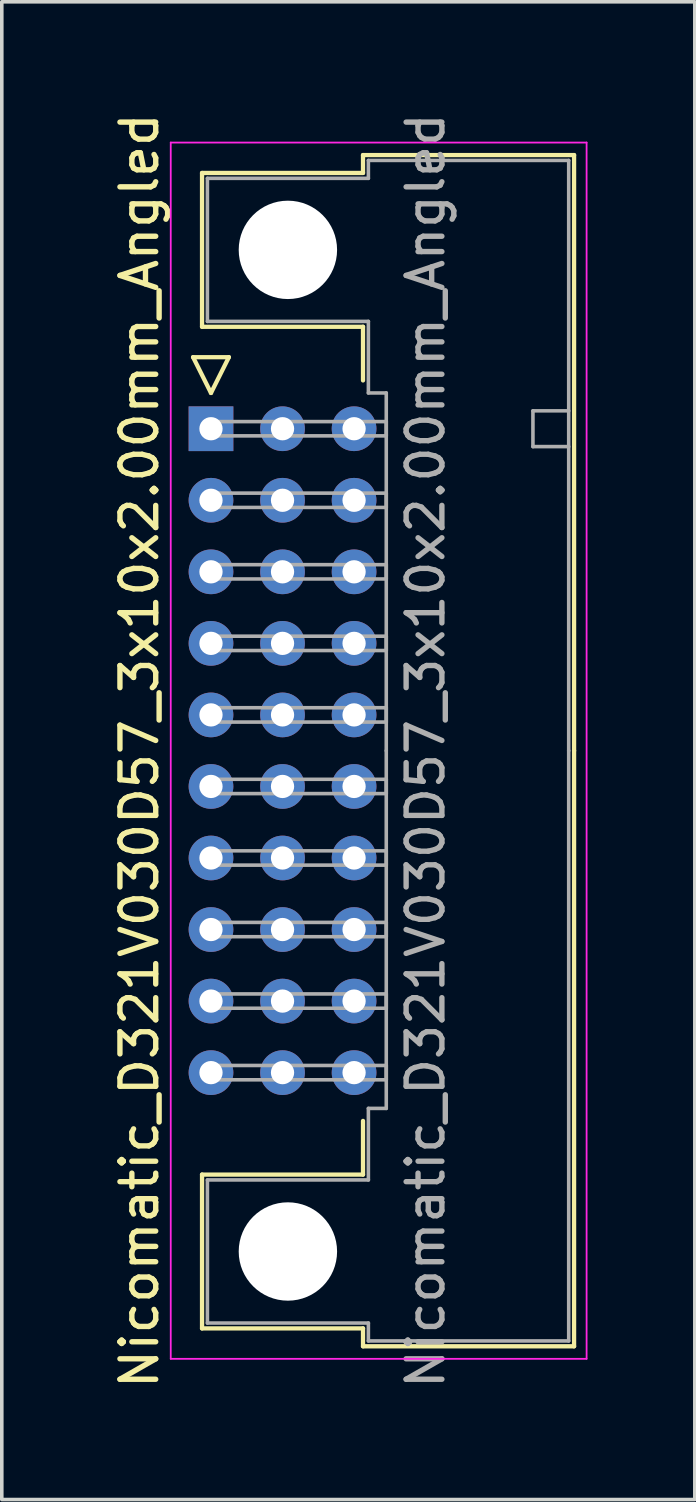
<source format=kicad_pcb>
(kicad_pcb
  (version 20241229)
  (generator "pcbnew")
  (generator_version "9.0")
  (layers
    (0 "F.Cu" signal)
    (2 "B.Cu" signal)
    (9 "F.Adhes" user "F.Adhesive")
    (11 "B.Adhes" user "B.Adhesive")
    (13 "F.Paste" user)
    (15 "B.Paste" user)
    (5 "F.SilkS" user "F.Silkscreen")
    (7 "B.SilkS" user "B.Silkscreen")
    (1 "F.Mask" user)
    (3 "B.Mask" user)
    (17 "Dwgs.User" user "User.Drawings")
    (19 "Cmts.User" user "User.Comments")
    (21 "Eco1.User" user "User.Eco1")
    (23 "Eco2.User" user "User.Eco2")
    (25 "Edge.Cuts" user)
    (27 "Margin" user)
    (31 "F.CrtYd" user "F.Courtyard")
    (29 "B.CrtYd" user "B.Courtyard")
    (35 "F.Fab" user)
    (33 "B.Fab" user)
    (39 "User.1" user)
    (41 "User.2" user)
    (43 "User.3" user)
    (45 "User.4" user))
  (footprint "Nicomatic_D321V030D57_3x10x2.00mm_Angled"
    (layer "F.Cu")
    (at 2.848 8.935)
    (property "Reference" "Nicomatic_D321V030D57_3x10x2.00mm_Angled" (at -2 9 90) (layer "F.SilkS") (effects (font (size 1 1) (thickness 0.15))))
    (attr through_hole)
    (fp_line (start -0.5 -2) (end 0 -1) (stroke (width 0.12) (type solid)) (layer "F.SilkS"))
    (fp_line (start -0.25 -7.15) (end -0.25 -2.85) (stroke (width 0.12) (type solid)) (layer "F.SilkS"))
    (fp_line (start -0.25 -2.85) (end 4.25 -2.85) (stroke (width 0.12) (type solid)) (layer "F.SilkS"))
    (fp_line (start -0.25 20.85) (end 4.25 20.85) (stroke (width 0.12) (type solid)) (layer "F.SilkS"))
    (fp_line (start -0.25 25.15) (end -0.25 20.85) (stroke (width 0.12) (type solid)) (layer "F.SilkS"))
    (fp_line (start 0 -1) (end 0.5 -2) (stroke (width 0.12) (type solid)) (layer "F.SilkS"))
    (fp_line (start 0.5 -2) (end -0.5 -2) (stroke (width 0.12) (type solid)) (layer "F.SilkS"))
    (fp_line (start 4.25 -7.65) (end 4.25 -7.15) (stroke (width 0.12) (type solid)) (layer "F.SilkS"))
    (fp_line (start 4.25 -7.15) (end -0.25 -7.15) (stroke (width 0.12) (type solid)) (layer "F.SilkS"))
    (fp_line (start 4.25 -2.85) (end 4.25 -1.35) (stroke (width 0.12) (type solid)) (layer "F.SilkS"))
    (fp_line (start 4.25 20.85) (end 4.25 19.35) (stroke (width 0.12) (type solid)) (layer "F.SilkS"))
    (fp_line (start 4.25 25.15) (end -0.25 25.15) (stroke (width 0.12) (type solid)) (layer "F.SilkS"))
    (fp_line (start 4.25 25.65) (end 4.25 25.15) (stroke (width 0.12) (type solid)) (layer "F.SilkS"))
    (fp_line (start 10.15 -7.65) (end 4.25 -7.65) (stroke (width 0.12) (type solid)) (layer "F.SilkS"))
    (fp_line (start 10.15 9) (end 10.15 -7.65) (stroke (width 0.12) (type solid)) (layer "F.SilkS"))
    (fp_line (start 10.15 9) (end 10.15 25.65) (stroke (width 0.12) (type solid)) (layer "F.SilkS"))
    (fp_line (start 10.15 25.65) (end 4.25 25.65) (stroke (width 0.12) (type solid)) (layer "F.SilkS"))
    (fp_line (start -1.125 -8) (end -1.125 26) (stroke (width 0.05) (type solid)) (layer "F.CrtYd"))
    (fp_line (start -1.125 26) (end 10.5 26) (stroke (width 0.05) (type solid)) (layer "F.CrtYd"))
    (fp_line (start 10.5 -8) (end -1.125 -8) (stroke (width 0.05) (type solid)) (layer "F.CrtYd"))
    (fp_line (start 10.5 26) (end 10.5 -8) (stroke (width 0.05) (type solid)) (layer "F.CrtYd"))
    (fp_line (start -0.1 -7) (end -0.1 -3) (stroke (width 0.1) (type solid)) (layer "F.Fab"))
    (fp_line (start -0.1 -3) (end 4.4 -3) (stroke (width 0.1) (type solid)) (layer "F.Fab"))
    (fp_line (start -0.1 21) (end 4.4 21) (stroke (width 0.1) (type solid)) (layer "F.Fab"))
    (fp_line (start -0.1 25) (end -0.1 21) (stroke (width 0.1) (type solid)) (layer "F.Fab"))
    (fp_line (start 0 -0.2) (end 0 0.2) (stroke (width 0.1) (type solid)) (layer "F.Fab"))
    (fp_line (start 0 0.2) (end 4.9 0.2) (stroke (width 0.1) (type solid)) (layer "F.Fab"))
    (fp_line (start 0 1.8) (end 0 2.2) (stroke (width 0.1) (type solid)) (layer "F.Fab"))
    (fp_line (start 0 2.2) (end 4.9 2.2) (stroke (width 0.1) (type solid)) (layer "F.Fab"))
    (fp_line (start 0 3.8) (end 0 4.2) (stroke (width 0.1) (type solid)) (layer "F.Fab"))
    (fp_line (start 0 4.2) (end 4.9 4.2) (stroke (width 0.1) (type solid)) (layer "F.Fab"))
    (fp_line (start 0 5.8) (end 0 6.2) (stroke (width 0.1) (type solid)) (layer "F.Fab"))
    (fp_line (start 0 6.2) (end 4.9 6.2) (stroke (width 0.1) (type solid)) (layer "F.Fab"))
    (fp_line (start 0 7.8) (end 0 8.2) (stroke (width 0.1) (type solid)) (layer "F.Fab"))
    (fp_line (start 0 8.2) (end 4.9 8.2) (stroke (width 0.1) (type solid)) (layer "F.Fab"))
    (fp_line (start 0 9.8) (end 0 10.2) (stroke (width 0.1) (type solid)) (layer "F.Fab"))
    (fp_line (start 0 10.2) (end 4.9 10.2) (stroke (width 0.1) (type solid)) (layer "F.Fab"))
    (fp_line (start 0 11.8) (end 0 12.2) (stroke (width 0.1) (type solid)) (layer "F.Fab"))
    (fp_line (start 0 12.2) (end 4.9 12.2) (stroke (width 0.1) (type solid)) (layer "F.Fab"))
    (fp_line (start 0 13.8) (end 0 14.2) (stroke (width 0.1) (type solid)) (layer "F.Fab"))
    (fp_line (start 0 14.2) (end 4.9 14.2) (stroke (width 0.1) (type solid)) (layer "F.Fab"))
    (fp_line (start 0 15.8) (end 0 16.2) (stroke (width 0.1) (type solid)) (layer "F.Fab"))
    (fp_line (start 0 16.2) (end 4.9 16.2) (stroke (width 0.1) (type solid)) (layer "F.Fab"))
    (fp_line (start 0 17.8) (end 0 18.2) (stroke (width 0.1) (type solid)) (layer "F.Fab"))
    (fp_line (start 0 18.2) (end 4.9 18.2) (stroke (width 0.1) (type solid)) (layer "F.Fab"))
    (fp_line (start 4.4 -7.5) (end 4.4 -7) (stroke (width 0.1) (type solid)) (layer "F.Fab"))
    (fp_line (start 4.4 -7) (end -0.1 -7) (stroke (width 0.1) (type solid)) (layer "F.Fab"))
    (fp_line (start 4.4 -3) (end 4.4 -1) (stroke (width 0.1) (type solid)) (layer "F.Fab"))
    (fp_line (start 4.4 -1) (end 4.9 -1) (stroke (width 0.1) (type solid)) (layer "F.Fab"))
    (fp_line (start 4.4 19) (end 4.9 19) (stroke (width 0.1) (type solid)) (layer "F.Fab"))
    (fp_line (start 4.4 21) (end 4.4 19) (stroke (width 0.1) (type solid)) (layer "F.Fab"))
    (fp_line (start 4.4 25) (end -0.1 25) (stroke (width 0.1) (type solid)) (layer "F.Fab"))
    (fp_line (start 4.4 25.5) (end 4.4 25) (stroke (width 0.1) (type solid)) (layer "F.Fab"))
    (fp_line (start 4.9 -1) (end 4.9 9) (stroke (width 0.1) (type solid)) (layer "F.Fab"))
    (fp_line (start 4.9 -0.2) (end 0 -0.2) (stroke (width 0.1) (type solid)) (layer "F.Fab"))
    (fp_line (start 4.9 0.2) (end 4.9 -0.2) (stroke (width 0.1) (type solid)) (layer "F.Fab"))
    (fp_line (start 4.9 1.8) (end 0 1.8) (stroke (width 0.1) (type solid)) (layer "F.Fab"))
    (fp_line (start 4.9 2.2) (end 4.9 1.8) (stroke (width 0.1) (type solid)) (layer "F.Fab"))
    (fp_line (start 4.9 3.8) (end 0 3.8) (stroke (width 0.1) (type solid)) (layer "F.Fab"))
    (fp_line (start 4.9 4.2) (end 4.9 3.8) (stroke (width 0.1) (type solid)) (layer "F.Fab"))
    (fp_line (start 4.9 5.8) (end 0 5.8) (stroke (width 0.1) (type solid)) (layer "F.Fab"))
    (fp_line (start 4.9 6.2) (end 4.9 5.8) (stroke (width 0.1) (type solid)) (layer "F.Fab"))
    (fp_line (start 4.9 7.8) (end 0 7.8) (stroke (width 0.1) (type solid)) (layer "F.Fab"))
    (fp_line (start 4.9 8.2) (end 4.9 7.8) (stroke (width 0.1) (type solid)) (layer "F.Fab"))
    (fp_line (start 4.9 9.8) (end 0 9.8) (stroke (width 0.1) (type solid)) (layer "F.Fab"))
    (fp_line (start 4.9 10.2) (end 4.9 9.8) (stroke (width 0.1) (type solid)) (layer "F.Fab"))
    (fp_line (start 4.9 11.8) (end 0 11.8) (stroke (width 0.1) (type solid)) (layer "F.Fab"))
    (fp_line (start 4.9 12.2) (end 4.9 11.8) (stroke (width 0.1) (type solid)) (layer "F.Fab"))
    (fp_line (start 4.9 13.8) (end 0 13.8) (stroke (width 0.1) (type solid)) (layer "F.Fab"))
    (fp_line (start 4.9 14.2) (end 4.9 13.8) (stroke (width 0.1) (type solid)) (layer "F.Fab"))
    (fp_line (start 4.9 15.8) (end 0 15.8) (stroke (width 0.1) (type solid)) (layer "F.Fab"))
    (fp_line (start 4.9 16.2) (end 4.9 15.8) (stroke (width 0.1) (type solid)) (layer "F.Fab"))
    (fp_line (start 4.9 17.8) (end 0 17.8) (stroke (width 0.1) (type solid)) (layer "F.Fab"))
    (fp_line (start 4.9 18.2) (end 4.9 17.8) (stroke (width 0.1) (type solid)) (layer "F.Fab"))
    (fp_line (start 4.9 19) (end 4.9 9) (stroke (width 0.1) (type solid)) (layer "F.Fab"))
    (fp_line (start 9 -0.5) (end 9 0.5) (stroke (width 0.1) (type solid)) (layer "F.Fab"))
    (fp_line (start 9 0.5) (end 10 0.5) (stroke (width 0.1) (type solid)) (layer "F.Fab"))
    (fp_line (start 10 -7.5) (end 4.4 -7.5) (stroke (width 0.1) (type solid)) (layer "F.Fab"))
    (fp_line (start 10 -0.5) (end 9 -0.5) (stroke (width 0.1) (type solid)) (layer "F.Fab"))
    (fp_line (start 10 9) (end 10 -7.5) (stroke (width 0.1) (type solid)) (layer "F.Fab"))
    (fp_line (start 10 9) (end 10 25.5) (stroke (width 0.1) (type solid)) (layer "F.Fab"))
    (fp_line (start 10 25.5) (end 4.4 25.5) (stroke (width 0.1) (type solid)) (layer "F.Fab"))
    (fp_text user "${REFERENCE}" (at 6 9 90) (layer "F.Fab") (effects (font (size 1 1) (thickness 0.15))))
    (pad "" np_thru_hole circle (at 2.15 -5) (size 2.75 2.75) (drill 2.75) (layers "*.Cu" "*.Mask"))
    (pad "" np_thru_hole circle (at 2.15 23) (size 2.75 2.75) (drill 2.75) (layers "*.Cu" "*.Mask"))
    (pad "1" thru_hole rect (at 0 0) (size 1.25 1.25) (drill 0.65) (layers "*.Cu" "*.Mask"))
    (pad "2" thru_hole oval (at 0 2) (size 1.25 1.25) (drill 0.65) (layers "*.Cu" "*.Mask"))
    (pad "3" thru_hole oval (at 0 4) (size 1.25 1.25) (drill 0.65) (layers "*.Cu" "*.Mask"))
    (pad "4" thru_hole oval (at 0 6) (size 1.25 1.25) (drill 0.65) (layers "*.Cu" "*.Mask"))
    (pad "5" thru_hole oval (at 0 8) (size 1.25 1.25) (drill 0.65) (layers "*.Cu" "*.Mask"))
    (pad "6" thru_hole oval (at 0 10) (size 1.25 1.25) (drill 0.65) (layers "*.Cu" "*.Mask"))
    (pad "7" thru_hole oval (at 0 12) (size 1.25 1.25) (drill 0.65) (layers "*.Cu" "*.Mask"))
    (pad "8" thru_hole oval (at 0 14) (size 1.25 1.25) (drill 0.65) (layers "*.Cu" "*.Mask"))
    (pad "9" thru_hole oval (at 0 16) (size 1.25 1.25) (drill 0.65) (layers "*.Cu" "*.Mask"))
    (pad "10" thru_hole oval (at 0 18) (size 1.25 1.25) (drill 0.65) (layers "*.Cu" "*.Mask"))
    (pad "11" thru_hole oval (at 2 0) (size 1.25 1.25) (drill 0.65) (layers "*.Cu" "*.Mask"))
    (pad "12" thru_hole oval (at 2 2) (size 1.25 1.25) (drill 0.65) (layers "*.Cu" "*.Mask"))
    (pad "13" thru_hole oval (at 2 4) (size 1.25 1.25) (drill 0.65) (layers "*.Cu" "*.Mask"))
    (pad "14" thru_hole oval (at 2 6) (size 1.25 1.25) (drill 0.65) (layers "*.Cu" "*.Mask"))
    (pad "15" thru_hole oval (at 2 8) (size 1.25 1.25) (drill 0.65) (layers "*.Cu" "*.Mask"))
    (pad "16" thru_hole oval (at 2 10) (size 1.25 1.25) (drill 0.65) (layers "*.Cu" "*.Mask"))
    (pad "17" thru_hole oval (at 2 12) (size 1.25 1.25) (drill 0.65) (layers "*.Cu" "*.Mask"))
    (pad "18" thru_hole oval (at 2 14) (size 1.25 1.25) (drill 0.65) (layers "*.Cu" "*.Mask"))
    (pad "19" thru_hole oval (at 2 16) (size 1.25 1.25) (drill 0.65) (layers "*.Cu" "*.Mask"))
    (pad "20" thru_hole oval (at 2 18) (size 1.25 1.25) (drill 0.65) (layers "*.Cu" "*.Mask"))
    (pad "21" thru_hole oval (at 4 0) (size 1.25 1.25) (drill 0.65) (layers "*.Cu" "*.Mask"))
    (pad "22" thru_hole oval (at 4 2) (size 1.25 1.25) (drill 0.65) (layers "*.Cu" "*.Mask"))
    (pad "23" thru_hole oval (at 4 4) (size 1.25 1.25) (drill 0.65) (layers "*.Cu" "*.Mask"))
    (pad "24" thru_hole oval (at 4 6) (size 1.25 1.25) (drill 0.65) (layers "*.Cu" "*.Mask"))
    (pad "25" thru_hole oval (at 4 8) (size 1.25 1.25) (drill 0.65) (layers "*.Cu" "*.Mask"))
    (pad "26" thru_hole oval (at 4 10) (size 1.25 1.25) (drill 0.65) (layers "*.Cu" "*.Mask"))
    (pad "27" thru_hole oval (at 4 12) (size 1.25 1.25) (drill 0.65) (layers "*.Cu" "*.Mask"))
    (pad "28" thru_hole oval (at 4 14) (size 1.25 1.25) (drill 0.65) (layers "*.Cu" "*.Mask"))
    (pad "29" thru_hole oval (at 4 16) (size 1.25 1.25) (drill 0.65) (layers "*.Cu" "*.Mask"))
    (pad "30" thru_hole oval (at 4 18) (size 1.25 1.25) (drill 0.65) (layers "*.Cu" "*.Mask")))
  (gr_rect
    (start -3 -3)
    (end 16.373 38.869)
    (stroke (width 0.1) (type default))
    (fill no)
    (layer "Edge.Cuts")))
</source>
